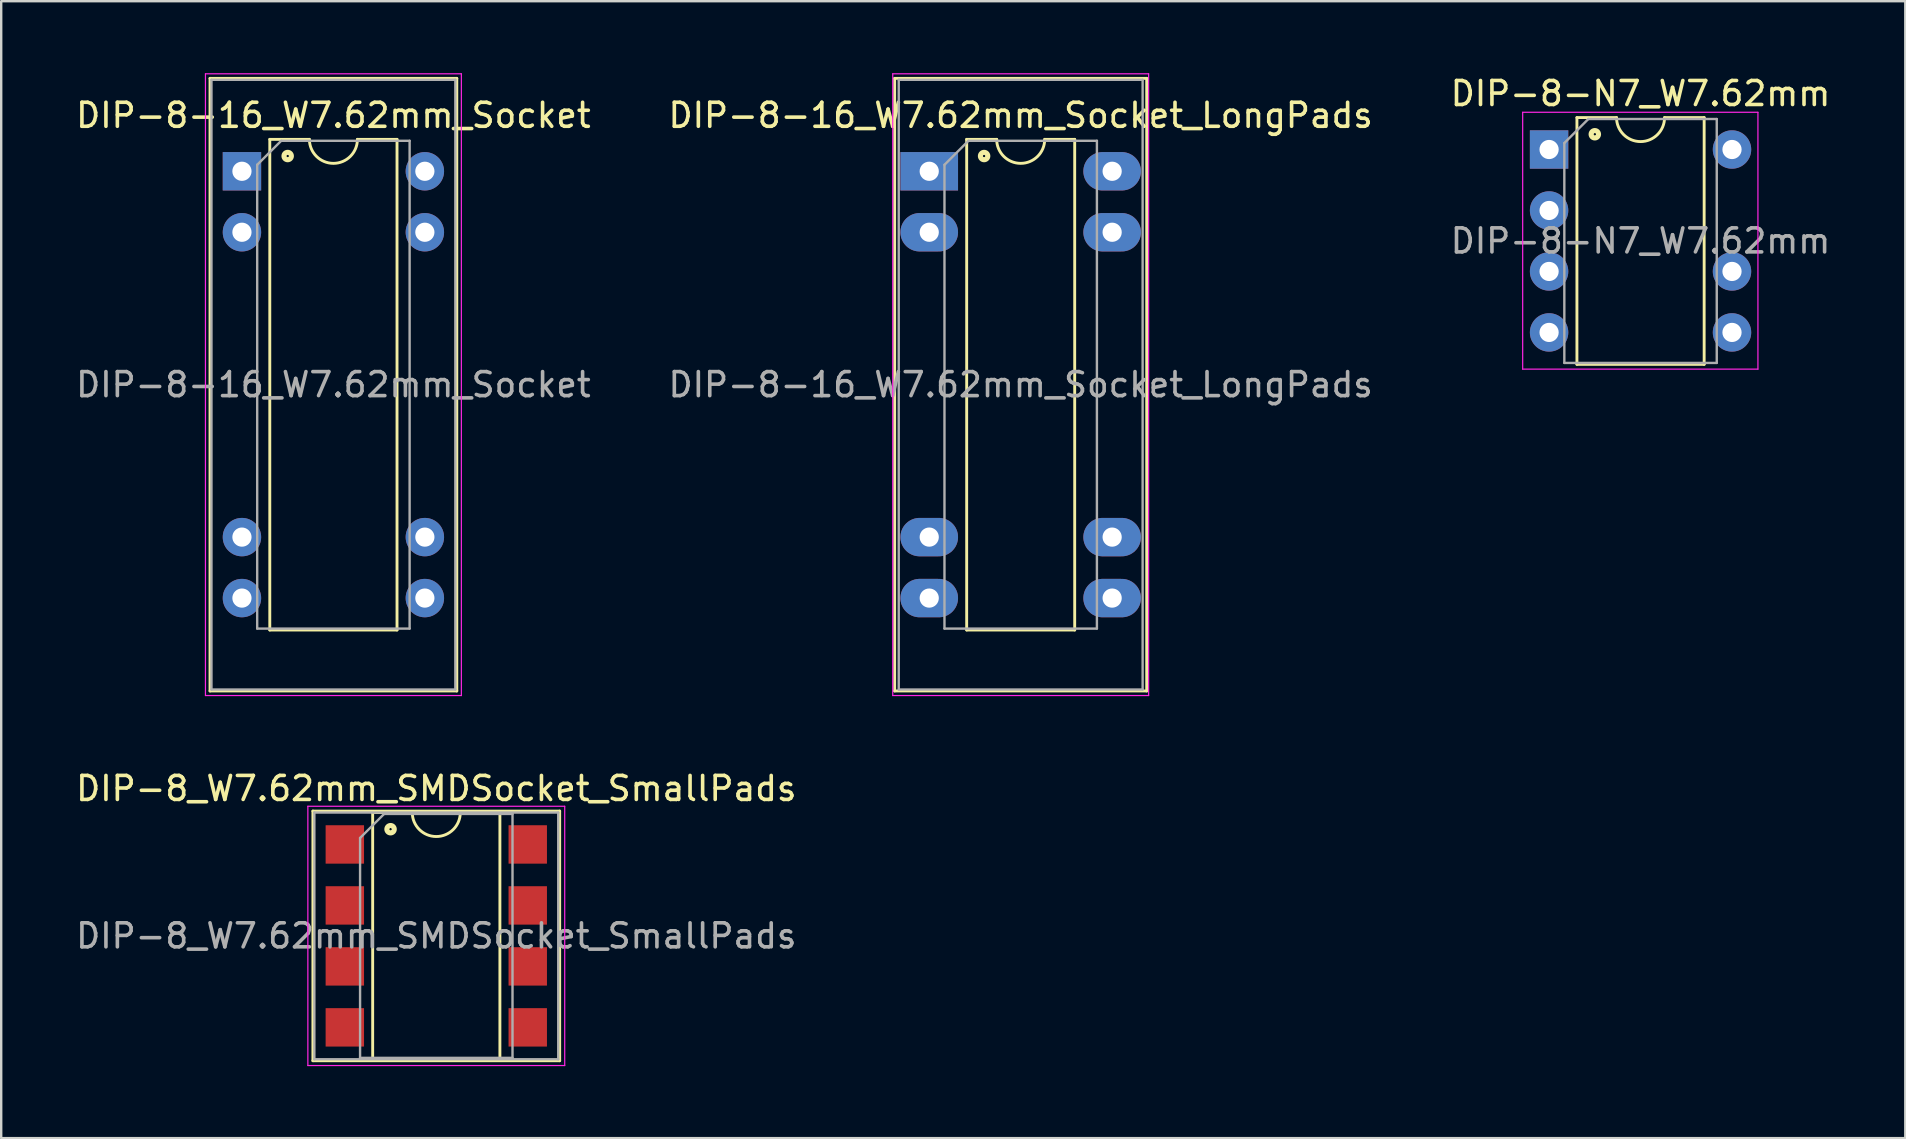
<source format=kicad_pcb>
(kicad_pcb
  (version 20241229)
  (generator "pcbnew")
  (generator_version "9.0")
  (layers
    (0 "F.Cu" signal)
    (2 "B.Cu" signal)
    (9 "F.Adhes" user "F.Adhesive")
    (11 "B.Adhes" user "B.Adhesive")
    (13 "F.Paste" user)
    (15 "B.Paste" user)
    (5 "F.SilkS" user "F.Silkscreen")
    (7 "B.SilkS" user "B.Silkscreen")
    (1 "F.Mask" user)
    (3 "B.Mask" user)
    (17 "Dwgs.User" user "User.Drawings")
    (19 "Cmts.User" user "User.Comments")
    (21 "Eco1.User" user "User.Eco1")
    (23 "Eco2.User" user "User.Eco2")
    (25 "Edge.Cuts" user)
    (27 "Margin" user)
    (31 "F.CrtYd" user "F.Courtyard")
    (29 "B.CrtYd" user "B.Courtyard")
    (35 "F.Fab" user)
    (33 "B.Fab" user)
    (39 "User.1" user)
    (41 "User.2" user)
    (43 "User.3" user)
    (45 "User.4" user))
  (footprint "DIP-8_W7.62mm_SMDSocket_SmallPads"
    (layer "F.Cu")
    (at 15.125 35.938)
    (property "Reference" "DIP-8_W7.62mm_SMDSocket_SmallPads" (at 0 -6.14 0) (layer "F.SilkS") (effects (font (size 1 1) (thickness 0.15))))
    (attr smd)
    (fp_line (start -5.14 -5.2) (end -5.14 5.2) (stroke (width 0.12) (type solid)) (layer "F.SilkS"))
    (fp_line (start -5.14 5.2) (end 5.14 5.2) (stroke (width 0.12) (type solid)) (layer "F.SilkS"))
    (fp_line (start -2.65 -5.14) (end -2.65 5.14) (stroke (width 0.12) (type solid)) (layer "F.SilkS"))
    (fp_line (start -2.65 5.14) (end 2.65 5.14) (stroke (width 0.12) (type solid)) (layer "F.SilkS"))
    (fp_line (start -1 -5.14) (end -2.65 -5.14) (stroke (width 0.12) (type solid)) (layer "F.SilkS"))
    (fp_line (start 2.65 -5.14) (end 1 -5.14) (stroke (width 0.12) (type solid)) (layer "F.SilkS"))
    (fp_line (start 2.65 5.14) (end 2.65 -5.14) (stroke (width 0.12) (type solid)) (layer "F.SilkS"))
    (fp_line (start 5.14 -5.2) (end -5.14 -5.2) (stroke (width 0.12) (type solid)) (layer "F.SilkS"))
    (fp_line (start 5.14 5.2) (end 5.14 -5.2) (stroke (width 0.12) (type solid)) (layer "F.SilkS"))
    (fp_arc (start 1 -5.14) (mid 0 -4.14) (end -1 -5.14) (stroke (width 0.12) (type solid)) (layer "F.SilkS"))
    (fp_circle (center -1.905 -4.445) (end -1.855 -4.445) (stroke (width 0.12) (type solid)) (fill no) (layer "F.SilkS"))
    (fp_circle (center -1.905 -4.445) (end -1.78 -4.445) (stroke (width 0.12) (type solid)) (fill no) (layer "F.SilkS"))
    (fp_circle (center -1.905 -4.445) (end -1.705 -4.445) (stroke (width 0.12) (type solid)) (fill no) (layer "F.SilkS"))
    (fp_line (start -5.35 -5.4) (end -5.35 5.4) (stroke (width 0.05) (type solid)) (layer "F.CrtYd"))
    (fp_line (start -5.35 5.4) (end 5.35 5.4) (stroke (width 0.05) (type solid)) (layer "F.CrtYd"))
    (fp_line (start 5.35 -5.4) (end -5.35 -5.4) (stroke (width 0.05) (type solid)) (layer "F.CrtYd"))
    (fp_line (start 5.35 5.4) (end 5.35 -5.4) (stroke (width 0.05) (type solid)) (layer "F.CrtYd"))
    (fp_line (start -5.08 -5.14) (end -5.08 5.14) (stroke (width 0.1) (type solid)) (layer "F.Fab"))
    (fp_line (start -5.08 5.14) (end 5.08 5.14) (stroke (width 0.1) (type solid)) (layer "F.Fab"))
    (fp_line (start -3.175 -4.08) (end -2.175 -5.08) (stroke (width 0.1) (type solid)) (layer "F.Fab"))
    (fp_line (start -3.175 5.08) (end -3.175 -4.08) (stroke (width 0.1) (type solid)) (layer "F.Fab"))
    (fp_line (start -2.175 -5.08) (end 3.175 -5.08) (stroke (width 0.1) (type solid)) (layer "F.Fab"))
    (fp_line (start 3.175 -5.08) (end 3.175 5.08) (stroke (width 0.1) (type solid)) (layer "F.Fab"))
    (fp_line (start 3.175 5.08) (end -3.175 5.08) (stroke (width 0.1) (type solid)) (layer "F.Fab"))
    (fp_line (start 5.08 -5.14) (end -5.08 -5.14) (stroke (width 0.1) (type solid)) (layer "F.Fab"))
    (fp_line (start 5.08 5.14) (end 5.08 -5.14) (stroke (width 0.1) (type solid)) (layer "F.Fab"))
    (fp_text user "${REFERENCE}" (at 0 0 0) (layer "F.Fab") (effects (font (size 1 1) (thickness 0.15))))
    (pad "1" smd rect (at -3.81 -3.81) (size 1.6 1.6) (layers "F.Cu" "F.Mask" "F.Paste"))
    (pad "2" smd rect (at -3.81 -1.27) (size 1.6 1.6) (layers "F.Cu" "F.Mask" "F.Paste"))
    (pad "3" smd rect (at -3.81 1.27) (size 1.6 1.6) (layers "F.Cu" "F.Mask" "F.Paste"))
    (pad "4" smd rect (at -3.81 3.81) (size 1.6 1.6) (layers "F.Cu" "F.Mask" "F.Paste"))
    (pad "5" smd rect (at 3.81 3.81) (size 1.6 1.6) (layers "F.Cu" "F.Mask" "F.Paste"))
    (pad "6" smd rect (at 3.81 1.27) (size 1.6 1.6) (layers "F.Cu" "F.Mask" "F.Paste"))
    (pad "7" smd rect (at 3.81 -1.27) (size 1.6 1.6) (layers "F.Cu" "F.Mask" "F.Paste"))
    (pad "8" smd rect (at 3.81 -3.81) (size 1.6 1.6) (layers "F.Cu" "F.Mask" "F.Paste")))
  (footprint "DIP-8-16_W7.62mm_Socket"
    (layer "F.Cu")
    (at 7.029 4.085)
    (property "Reference" "DIP-8-16_W7.62mm_Socket" (at 3.81 -2.33 0) (layer "F.SilkS") (effects (font (size 1 1) (thickness 0.15))))
    (attr through_hole)
    (fp_line (start -1.33 -3.87) (end -1.33 21.65) (stroke (width 0.12) (type solid)) (layer "F.SilkS"))
    (fp_line (start -1.33 21.65) (end 8.95 21.65) (stroke (width 0.12) (type solid)) (layer "F.SilkS"))
    (fp_line (start 1.16 -1.33) (end 1.16 19.11) (stroke (width 0.12) (type solid)) (layer "F.SilkS"))
    (fp_line (start 1.16 19.11) (end 6.46 19.11) (stroke (width 0.12) (type solid)) (layer "F.SilkS"))
    (fp_line (start 2.81 -1.33) (end 1.16 -1.33) (stroke (width 0.12) (type solid)) (layer "F.SilkS"))
    (fp_line (start 6.46 -1.33) (end 4.81 -1.33) (stroke (width 0.12) (type solid)) (layer "F.SilkS"))
    (fp_line (start 6.46 19.11) (end 6.46 -1.33) (stroke (width 0.12) (type solid)) (layer "F.SilkS"))
    (fp_line (start 8.95 -3.87) (end -1.33 -3.87) (stroke (width 0.12) (type solid)) (layer "F.SilkS"))
    (fp_line (start 8.95 21.65) (end 8.95 -3.87) (stroke (width 0.12) (type solid)) (layer "F.SilkS"))
    (fp_arc (start 4.81 -1.33) (mid 3.81 -0.33) (end 2.81 -1.33) (stroke (width 0.12) (type solid)) (layer "F.SilkS"))
    (fp_circle (center 1.905 -0.635) (end 1.955 -0.635) (stroke (width 0.12) (type solid)) (fill no) (layer "F.SilkS"))
    (fp_circle (center 1.905 -0.635) (end 2.03 -0.635) (stroke (width 0.12) (type solid)) (fill no) (layer "F.SilkS"))
    (fp_circle (center 1.905 -0.635) (end 2.105 -0.635) (stroke (width 0.12) (type solid)) (fill no) (layer "F.SilkS"))
    (fp_line (start -1.52 -4.06) (end -1.52 21.84) (stroke (width 0.05) (type solid)) (layer "F.CrtYd"))
    (fp_line (start -1.52 21.84) (end 9.14 21.84) (stroke (width 0.05) (type solid)) (layer "F.CrtYd"))
    (fp_line (start 9.14 -4.06) (end -1.52 -4.06) (stroke (width 0.05) (type solid)) (layer "F.CrtYd"))
    (fp_line (start 9.14 21.84) (end 9.14 -4.06) (stroke (width 0.05) (type solid)) (layer "F.CrtYd"))
    (fp_line (start -1.27 -3.81) (end -1.27 21.59) (stroke (width 0.1) (type solid)) (layer "F.Fab"))
    (fp_line (start -1.27 21.59) (end 8.89 21.59) (stroke (width 0.1) (type solid)) (layer "F.Fab"))
    (fp_line (start 0.635 -0.27) (end 1.635 -1.27) (stroke (width 0.1) (type solid)) (layer "F.Fab"))
    (fp_line (start 0.635 19.05) (end 0.635 -0.27) (stroke (width 0.1) (type solid)) (layer "F.Fab"))
    (fp_line (start 1.635 -1.27) (end 6.985 -1.27) (stroke (width 0.1) (type solid)) (layer "F.Fab"))
    (fp_line (start 6.985 -1.27) (end 6.985 19.05) (stroke (width 0.1) (type solid)) (layer "F.Fab"))
    (fp_line (start 6.985 19.05) (end 0.635 19.05) (stroke (width 0.1) (type solid)) (layer "F.Fab"))
    (fp_line (start 8.89 -3.81) (end -1.27 -3.81) (stroke (width 0.1) (type solid)) (layer "F.Fab"))
    (fp_line (start 8.89 21.59) (end 8.89 -3.81) (stroke (width 0.1) (type solid)) (layer "F.Fab"))
    (fp_text user "${REFERENCE}" (at 3.81 8.89 0) (layer "F.Fab") (effects (font (size 1 1) (thickness 0.15))))
    (pad "1" thru_hole rect (at 0 0) (size 1.6 1.6) (drill 0.8) (layers "*.Cu" "*.Mask"))
    (pad "2" thru_hole circle (at 0 2.54) (size 1.6 1.6) (drill 0.8) (layers "*.Cu" "*.Mask"))
    (pad "3" thru_hole circle (at 0 15.24) (size 1.6 1.6) (drill 0.8) (layers "*.Cu" "*.Mask"))
    (pad "4" thru_hole circle (at 0 17.78) (size 1.6 1.6) (drill 0.8) (layers "*.Cu" "*.Mask"))
    (pad "5" thru_hole circle (at 7.62 17.78) (size 1.6 1.6) (drill 0.8) (layers "*.Cu" "*.Mask"))
    (pad "6" thru_hole circle (at 7.62 15.24) (size 1.6 1.6) (drill 0.8) (layers "*.Cu" "*.Mask"))
    (pad "7" thru_hole circle (at 7.62 2.54) (size 1.6 1.6) (drill 0.8) (layers "*.Cu" "*.Mask"))
    (pad "8" thru_hole circle (at 7.62 0) (size 1.6 1.6) (drill 0.8) (layers "*.Cu" "*.Mask")))
  (footprint "DIP-8-16_W7.62mm_Socket_LongPads"
    (layer "F.Cu")
    (at 35.66 4.085)
    (property "Reference" "DIP-8-16_W7.62mm_Socket_LongPads" (at 3.81 -2.33 0) (layer "F.SilkS") (effects (font (size 1 1) (thickness 0.15))))
    (attr through_hole)
    (fp_line (start -1.44 -3.87) (end -1.44 21.65) (stroke (width 0.12) (type solid)) (layer "F.SilkS"))
    (fp_line (start -1.44 21.65) (end 9.06 21.65) (stroke (width 0.12) (type solid)) (layer "F.SilkS"))
    (fp_line (start 1.56 -1.33) (end 1.56 19.11) (stroke (width 0.12) (type solid)) (layer "F.SilkS"))
    (fp_line (start 1.56 19.11) (end 6.06 19.11) (stroke (width 0.12) (type solid)) (layer "F.SilkS"))
    (fp_line (start 2.81 -1.33) (end 1.56 -1.33) (stroke (width 0.12) (type solid)) (layer "F.SilkS"))
    (fp_line (start 6.06 -1.33) (end 4.81 -1.33) (stroke (width 0.12) (type solid)) (layer "F.SilkS"))
    (fp_line (start 6.06 19.11) (end 6.06 -1.33) (stroke (width 0.12) (type solid)) (layer "F.SilkS"))
    (fp_line (start 9.06 -3.87) (end -1.44 -3.87) (stroke (width 0.12) (type solid)) (layer "F.SilkS"))
    (fp_line (start 9.06 21.65) (end 9.06 -3.87) (stroke (width 0.12) (type solid)) (layer "F.SilkS"))
    (fp_arc (start 4.81 -1.33) (mid 3.81 -0.33) (end 2.81 -1.33) (stroke (width 0.12) (type solid)) (layer "F.SilkS"))
    (fp_circle (center 2.286 -0.635) (end 2.336 -0.635) (stroke (width 0.12) (type solid)) (fill no) (layer "F.SilkS"))
    (fp_circle (center 2.286 -0.635) (end 2.411 -0.635) (stroke (width 0.12) (type solid)) (fill no) (layer "F.SilkS"))
    (fp_circle (center 2.286 -0.635) (end 2.486 -0.635) (stroke (width 0.12) (type solid)) (fill no) (layer "F.SilkS"))
    (fp_line (start -1.52 -4.06) (end -1.52 21.84) (stroke (width 0.05) (type solid)) (layer "F.CrtYd"))
    (fp_line (start -1.52 21.84) (end 9.14 21.84) (stroke (width 0.05) (type solid)) (layer "F.CrtYd"))
    (fp_line (start 9.14 -4.06) (end -1.52 -4.06) (stroke (width 0.05) (type solid)) (layer "F.CrtYd"))
    (fp_line (start 9.14 21.84) (end 9.14 -4.06) (stroke (width 0.05) (type solid)) (layer "F.CrtYd"))
    (fp_line (start -1.27 -3.81) (end -1.27 21.59) (stroke (width 0.1) (type solid)) (layer "F.Fab"))
    (fp_line (start -1.27 21.59) (end 8.89 21.59) (stroke (width 0.1) (type solid)) (layer "F.Fab"))
    (fp_line (start 0.635 -0.27) (end 1.635 -1.27) (stroke (width 0.1) (type solid)) (layer "F.Fab"))
    (fp_line (start 0.635 19.05) (end 0.635 -0.27) (stroke (width 0.1) (type solid)) (layer "F.Fab"))
    (fp_line (start 1.635 -1.27) (end 6.985 -1.27) (stroke (width 0.1) (type solid)) (layer "F.Fab"))
    (fp_line (start 6.985 -1.27) (end 6.985 19.05) (stroke (width 0.1) (type solid)) (layer "F.Fab"))
    (fp_line (start 6.985 19.05) (end 0.635 19.05) (stroke (width 0.1) (type solid)) (layer "F.Fab"))
    (fp_line (start 8.89 -3.81) (end -1.27 -3.81) (stroke (width 0.1) (type solid)) (layer "F.Fab"))
    (fp_line (start 8.89 21.59) (end 8.89 -3.81) (stroke (width 0.1) (type solid)) (layer "F.Fab"))
    (fp_text user "${REFERENCE}" (at 3.81 8.89 0) (layer "F.Fab") (effects (font (size 1 1) (thickness 0.15))))
    (pad "1" thru_hole rect (at 0 0) (size 2.4 1.6) (drill 0.8) (layers "*.Cu" "*.Mask"))
    (pad "2" thru_hole oval (at 0 2.54) (size 2.4 1.6) (drill 0.8) (layers "*.Cu" "*.Mask"))
    (pad "3" thru_hole oval (at 0 15.24) (size 2.4 1.6) (drill 0.8) (layers "*.Cu" "*.Mask"))
    (pad "4" thru_hole oval (at 0 17.78) (size 2.4 1.6) (drill 0.8) (layers "*.Cu" "*.Mask"))
    (pad "5" thru_hole oval (at 7.62 17.78) (size 2.4 1.6) (drill 0.8) (layers "*.Cu" "*.Mask"))
    (pad "6" thru_hole oval (at 7.62 15.24) (size 2.4 1.6) (drill 0.8) (layers "*.Cu" "*.Mask"))
    (pad "7" thru_hole oval (at 7.62 2.54) (size 2.4 1.6) (drill 0.8) (layers "*.Cu" "*.Mask"))
    (pad "8" thru_hole oval (at 7.62 0) (size 2.4 1.6) (drill 0.8) (layers "*.Cu" "*.Mask")))
  (footprint "DIP-8-N7_W7.62mm"
    (layer "F.Cu")
    (at 61.482 3.178)
    (property "Reference" "DIP-8-N7_W7.62mm" (at 3.81 -2.33 0) (layer "F.SilkS") (effects (font (size 1 1) (thickness 0.15))))
    (attr through_hole)
    (fp_line (start 1.16 -1.33) (end 1.16 8.95) (stroke (width 0.12) (type solid)) (layer "F.SilkS"))
    (fp_line (start 1.16 8.95) (end 6.46 8.95) (stroke (width 0.12) (type solid)) (layer "F.SilkS"))
    (fp_line (start 2.81 -1.33) (end 1.16 -1.33) (stroke (width 0.12) (type solid)) (layer "F.SilkS"))
    (fp_line (start 6.46 -1.33) (end 4.81 -1.33) (stroke (width 0.12) (type solid)) (layer "F.SilkS"))
    (fp_line (start 6.46 8.95) (end 6.46 -1.33) (stroke (width 0.12) (type solid)) (layer "F.SilkS"))
    (fp_arc (start 4.81 -1.33) (mid 3.81 -0.33) (end 2.81 -1.33) (stroke (width 0.12) (type solid)) (layer "F.SilkS"))
    (fp_circle (center 1.905 -0.635) (end 1.955 -0.635) (stroke (width 0.12) (type solid)) (fill no) (layer "F.SilkS"))
    (fp_circle (center 1.905 -0.635) (end 2.03 -0.635) (stroke (width 0.12) (type solid)) (fill no) (layer "F.SilkS"))
    (fp_circle (center 1.905 -0.635) (end 2.105 -0.635) (stroke (width 0.12) (type solid)) (fill no) (layer "F.SilkS"))
    (fp_line (start -1.1 -1.55) (end -1.1 9.15) (stroke (width 0.05) (type solid)) (layer "F.CrtYd"))
    (fp_line (start -1.1 9.15) (end 8.7 9.15) (stroke (width 0.05) (type solid)) (layer "F.CrtYd"))
    (fp_line (start 8.7 -1.55) (end -1.1 -1.55) (stroke (width 0.05) (type solid)) (layer "F.CrtYd"))
    (fp_line (start 8.7 9.15) (end 8.7 -1.55) (stroke (width 0.05) (type solid)) (layer "F.CrtYd"))
    (fp_line (start 0.635 -0.27) (end 1.635 -1.27) (stroke (width 0.1) (type solid)) (layer "F.Fab"))
    (fp_line (start 0.635 8.89) (end 0.635 -0.27) (stroke (width 0.1) (type solid)) (layer "F.Fab"))
    (fp_line (start 1.635 -1.27) (end 6.985 -1.27) (stroke (width 0.1) (type solid)) (layer "F.Fab"))
    (fp_line (start 6.985 -1.27) (end 6.985 8.89) (stroke (width 0.1) (type solid)) (layer "F.Fab"))
    (fp_line (start 6.985 8.89) (end 0.635 8.89) (stroke (width 0.1) (type solid)) (layer "F.Fab"))
    (fp_text user "${REFERENCE}" (at 3.81 3.81 0) (layer "F.Fab") (effects (font (size 1 1) (thickness 0.15))))
    (pad "1" thru_hole rect (at 0 0) (size 1.6 1.6) (drill 0.8) (layers "*.Cu" "*.Mask"))
    (pad "2" thru_hole oval (at 0 2.54) (size 1.6 1.6) (drill 0.8) (layers "*.Cu" "*.Mask"))
    (pad "3" thru_hole oval (at 0 5.08) (size 1.6 1.6) (drill 0.8) (layers "*.Cu" "*.Mask"))
    (pad "4" thru_hole oval (at 0 7.62) (size 1.6 1.6) (drill 0.8) (layers "*.Cu" "*.Mask"))
    (pad "5" thru_hole oval (at 7.62 7.62) (size 1.6 1.6) (drill 0.8) (layers "*.Cu" "*.Mask"))
    (pad "6" thru_hole oval (at 7.62 5.08) (size 1.6 1.6) (drill 0.8) (layers "*.Cu" "*.Mask"))
    (pad "8" thru_hole oval (at 7.62 0) (size 1.6 1.6) (drill 0.8) (layers "*.Cu" "*.Mask")))
  (gr_rect
    (start -3 -3)
    (end 76.321 44.363)
    (stroke (width 0.1) (type default))
    (fill no)
    (layer "Edge.Cuts")))
</source>
